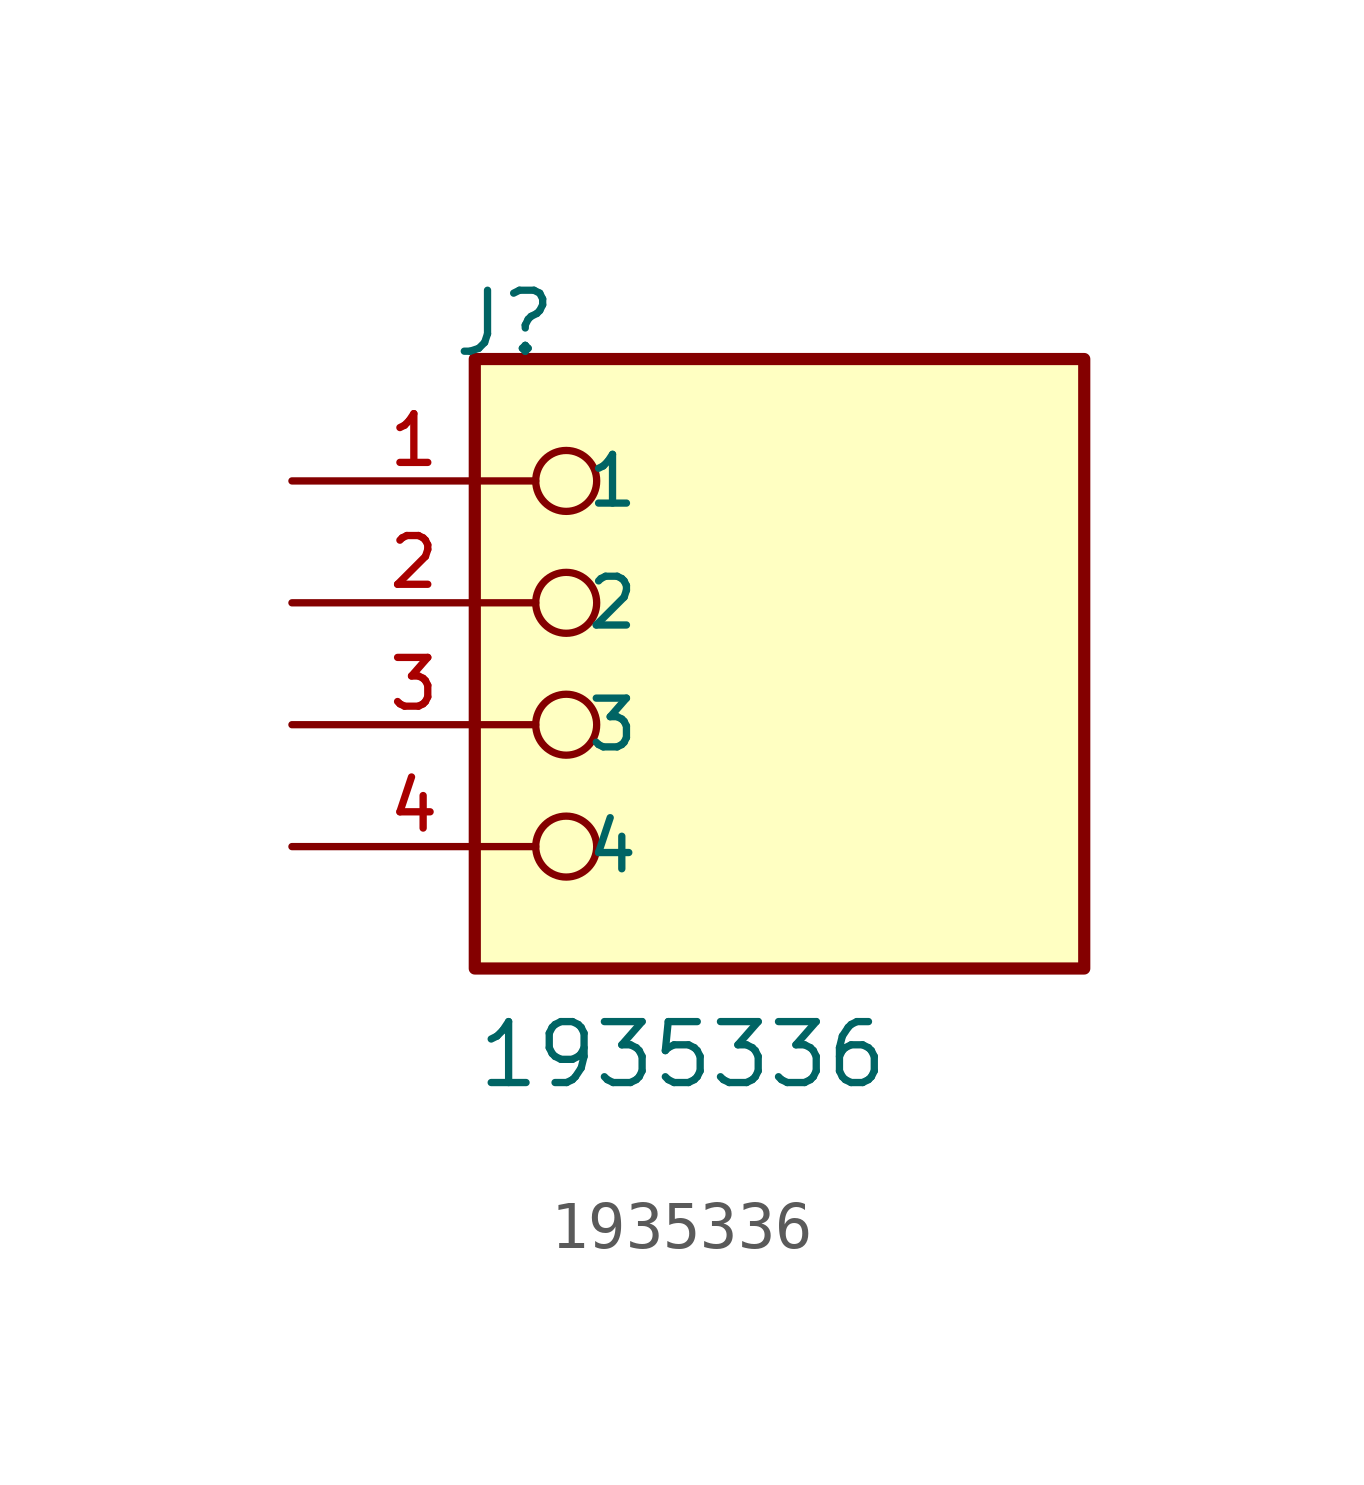
<source format=kicad_sym>
(kicad_symbol_lib
  (version 20211014)
  (generator kicad_symbol_editor)
  (symbol "1935336"
    (pin_names
      (offset 1.016))
    (property "Reference" "J"
      (at -6.85 7.62 0)
      (effects (font (size 1.27 1.27)) (justify bottom left)))
    (property "Value" "1935336"
      (at -6.35 -7.62 0)
      (effects (font (size 1.27 1.27)) (justify bottom left)))
    (symbol "1935336_0_0"
      (circle (center -4.445 5.08) (radius 0.635) (stroke (width 0.152)) (fill (type none)))
      (circle (center -4.445 2.54) (radius 0.635) (stroke (width 0.152)) (fill (type none)))
      (circle (center -4.445 0.0) (radius 0.635) (stroke (width 0.152)) (fill (type none)))
      (circle (center -4.445 -2.54) (radius 0.635) (stroke (width 0.152)) (fill (type none)))
      (rectangle (start -6.35 -5.08) (end 6.35 7.62) (stroke (width 0.254)) (fill (type background)))
      (pin passive line (at -10.16 5.08 0) (length 5.08) (name "1" (effects (font (size 1.016 1.016)))) (number "1" (effects (font (size 1.016 1.016)))))
      (pin passive line (at -10.16 2.54 0) (length 5.08) (name "2" (effects (font (size 1.016 1.016)))) (number "2" (effects (font (size 1.016 1.016)))))
      (pin passive line (at -10.16 0.0 0) (length 5.08) (name "3" (effects (font (size 1.016 1.016)))) (number "3" (effects (font (size 1.016 1.016)))))
      (pin passive line (at -10.16 -2.54 0) (length 5.08) (name "4" (effects (font (size 1.016 1.016)))) (number "4" (effects (font (size 1.016 1.016))))))))
</source>
